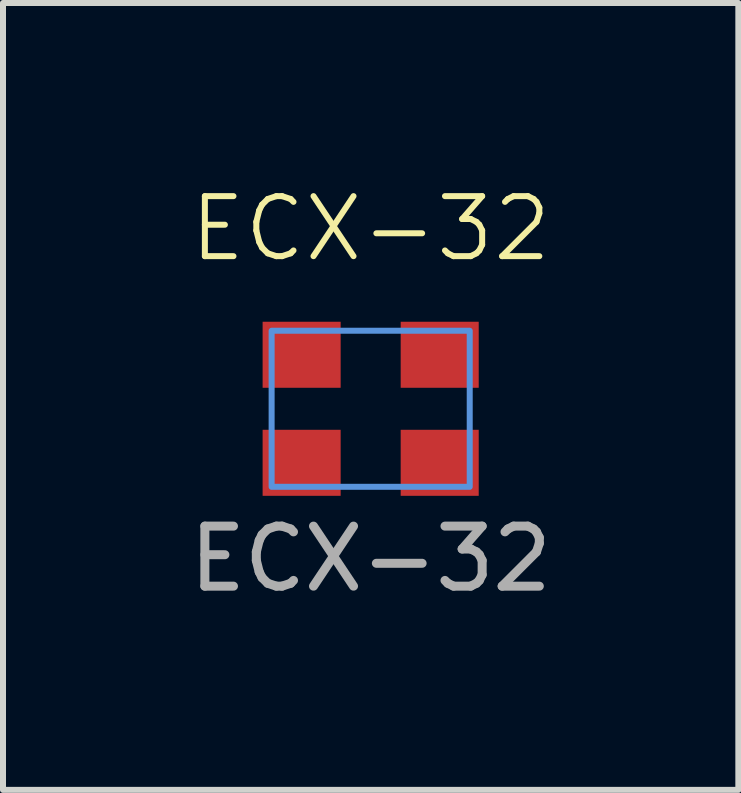
<source format=kicad_pcb>
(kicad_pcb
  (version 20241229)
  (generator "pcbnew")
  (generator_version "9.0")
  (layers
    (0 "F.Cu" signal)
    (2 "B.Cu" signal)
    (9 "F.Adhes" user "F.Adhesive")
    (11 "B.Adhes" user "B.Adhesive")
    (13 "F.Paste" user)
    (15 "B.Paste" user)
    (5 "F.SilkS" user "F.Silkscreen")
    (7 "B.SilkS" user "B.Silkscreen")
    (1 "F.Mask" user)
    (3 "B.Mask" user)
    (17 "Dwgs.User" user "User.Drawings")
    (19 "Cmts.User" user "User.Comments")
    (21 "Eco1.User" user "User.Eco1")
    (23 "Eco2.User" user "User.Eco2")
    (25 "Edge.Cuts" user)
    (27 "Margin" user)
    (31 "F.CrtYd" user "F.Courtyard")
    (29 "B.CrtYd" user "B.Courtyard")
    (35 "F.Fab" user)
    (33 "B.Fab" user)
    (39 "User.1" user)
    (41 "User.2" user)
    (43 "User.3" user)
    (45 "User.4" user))
  (footprint "ECX-32"
    (layer "F.Cu")
    (at 3.125 3.76)
    (property "Reference" "ECX-32" (at 0 -3 0) (unlocked yes) (layer "F.SilkS") (effects (font (size 1 1) (thickness 0.1))))
    (attr smd)
    (fp_rect (start -1.65 -1.3) (end 1.65 1.3) (stroke (width 0.1) (type default)) (fill no) (layer "Cmts.User"))
    (fp_text user "${REFERENCE}" (at 0 2.5 0) (unlocked yes) (layer "F.Fab") (effects (font (size 1 1) (thickness 0.15))))
    (pad "1" smd rect (at -1.15 0.9) (size 1.3 1.1) (layers "F.Cu" "F.Mask" "F.Paste"))
    (pad "2" smd rect (at 1.15 0.9) (size 1.3 1.1) (layers "F.Cu" "F.Mask" "F.Paste"))
    (pad "3" smd rect (at 1.15 -0.9) (size 1.3 1.1) (layers "F.Cu" "F.Mask" "F.Paste"))
    (pad "4" smd rect (at -1.15 -0.9) (size 1.3 1.1) (layers "F.Cu" "F.Mask" "F.Paste")))
  (gr_rect
    (start -3 -3)
    (end 9.25 10.109)
    (stroke (width 0.1) (type default))
    (fill no)
    (layer "Edge.Cuts")))
</source>
